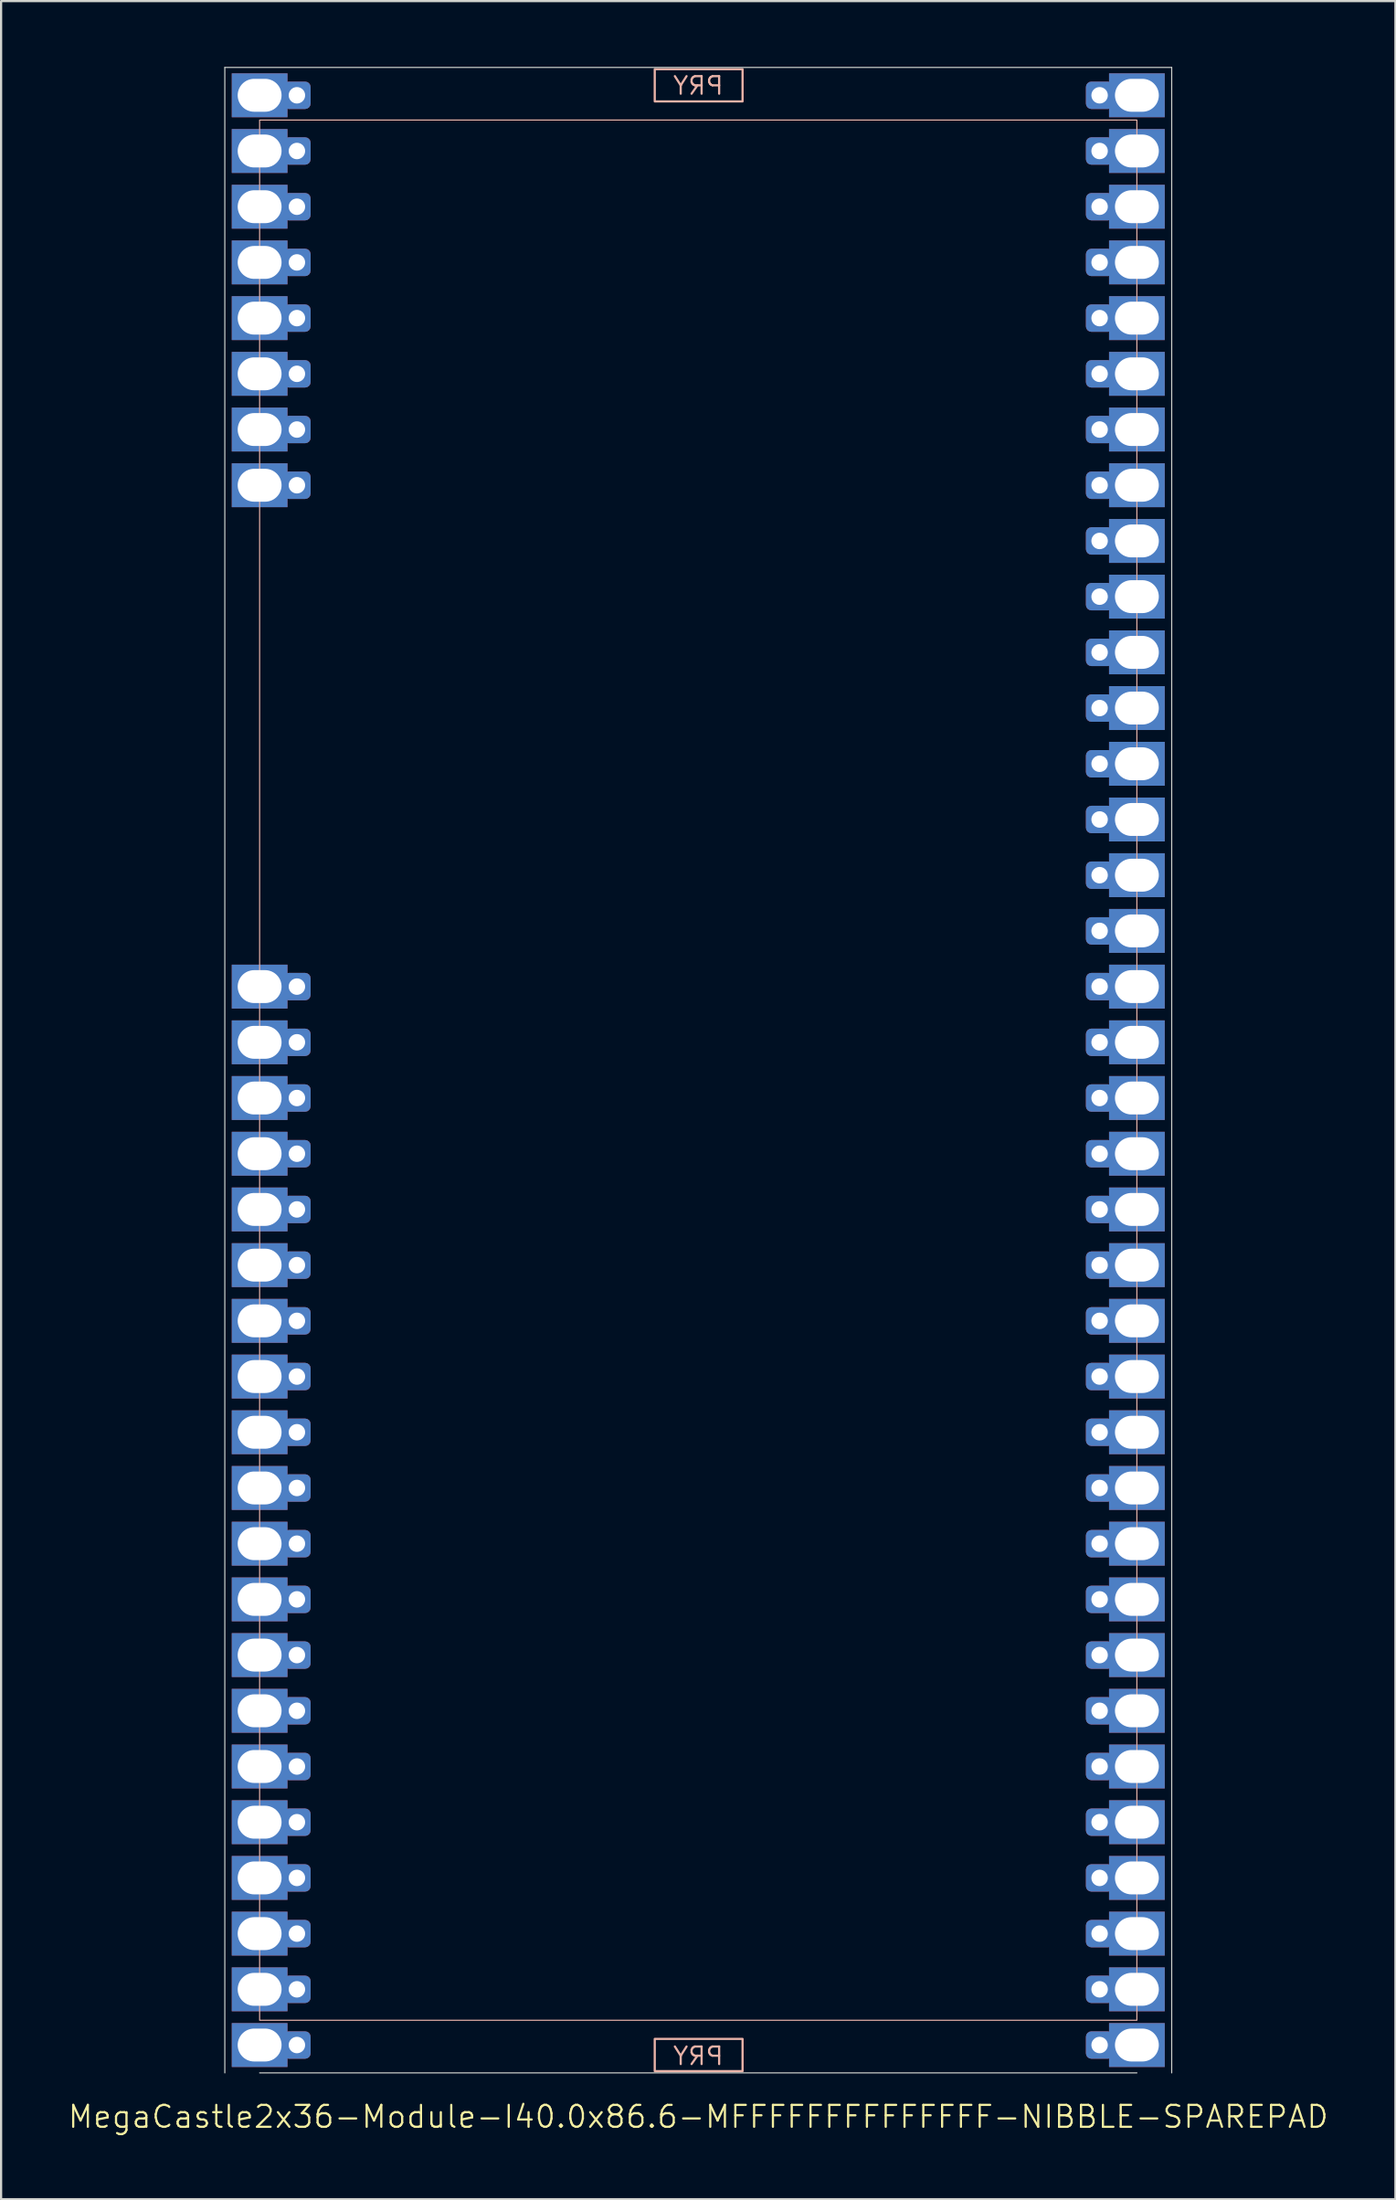
<source format=kicad_pcb>
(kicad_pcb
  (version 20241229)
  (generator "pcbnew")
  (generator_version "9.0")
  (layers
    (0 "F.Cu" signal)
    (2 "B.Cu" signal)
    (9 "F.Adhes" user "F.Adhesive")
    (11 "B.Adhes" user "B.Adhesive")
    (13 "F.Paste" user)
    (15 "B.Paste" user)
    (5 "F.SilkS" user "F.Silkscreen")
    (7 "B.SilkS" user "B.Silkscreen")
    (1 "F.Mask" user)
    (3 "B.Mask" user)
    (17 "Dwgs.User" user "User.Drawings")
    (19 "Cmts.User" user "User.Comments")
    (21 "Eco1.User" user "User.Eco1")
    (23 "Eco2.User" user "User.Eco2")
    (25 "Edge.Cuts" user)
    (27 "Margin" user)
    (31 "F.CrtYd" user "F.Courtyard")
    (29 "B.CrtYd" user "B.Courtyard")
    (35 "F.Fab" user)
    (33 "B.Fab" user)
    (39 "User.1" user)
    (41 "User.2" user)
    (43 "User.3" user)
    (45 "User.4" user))
  (footprint "MegaCastle2x36-Module-I40.0x86.6-MFFFFFFFFFFFFFF-NIBBLE-SPAREPAD"
    (layer "F.Cu")
    (at 28.788 45.745)
    (property "Reference" "MegaCastle2x36-Module-I40.0x86.6-MFFFFFFFFFFFFFF-NIBBLE-SPAREPAD" (at 0 47.72 0) (unlocked yes) (layer "F.SilkS") (effects (font (size 1 1) (thickness 0.1))))
    (attr smd)
    (fp_rect (start -20 43.32) (end 20 -43.32) (stroke (width 0.05) (type default)) (fill no) (layer "B.SilkS"))
    (fp_rect (start -1.984 -44.171) (end 2.02 -45.64) (stroke (width 0.1) (type default)) (fill no) (layer "B.SilkS"))
    (fp_rect (start -1.984 44.171) (end 2.02 45.64) (stroke (width 0.1) (type default)) (fill no) (layer "B.SilkS"))
    (fp_line (start -21.587 -45.72) (end -21.587 45.72) (stroke (width 0.05) (type default)) (layer "Edge.Cuts"))
    (fp_line (start -21.587 -45.72) (end 21.587 -45.72) (stroke (width 0.05) (type default)) (layer "Edge.Cuts"))
    (fp_line (start -20 45.72) (end 20 45.72) (stroke (width 0.05) (type default)) (layer "Edge.Cuts"))
    (fp_line (start 21.587 -45.72) (end 21.587 45.72) (stroke (width 0.05) (type default)) (layer "Edge.Cuts"))
    (fp_text user "PRY" (at 0 45.42 0) (unlocked yes) (layer "B.SilkS") (effects (font (size 0.8 0.8) (thickness 0.1)) (justify bottom mirror)))
    (fp_text user "PRY" (at 0 -44.42 0) (unlocked yes) (layer "B.SilkS") (effects (font (size 0.8 0.8) (thickness 0.1)) (justify bottom mirror)))
    (pad "1" thru_hole rect (at -20 -44.45) (size 2.54 2) (drill oval 2 1.5) (property pad_prop_castellated) (layers "*.Cu" "*.Mask"))
    (pad "1" thru_hole roundrect (at -18.3 -44.45 180) (size 1.25 1.25) (drill 0.75) (layers "*.Cu" "*.Mask") (roundrect_rratio 0.2))
    (pad "2" thru_hole rect (at -20 -41.91) (size 2.54 2) (drill oval 2 1.5) (property pad_prop_castellated) (layers "*.Cu" "*.Mask"))
    (pad "2" thru_hole roundrect (at -18.3 -41.91 180) (size 1.25 1.25) (drill 0.75) (layers "*.Cu" "*.Mask") (roundrect_rratio 0.2))
    (pad "3" thru_hole rect (at -20 -39.37) (size 2.54 2) (drill oval 2 1.5) (property pad_prop_castellated) (layers "*.Cu" "*.Mask"))
    (pad "3" thru_hole roundrect (at -18.3 -39.37 180) (size 1.25 1.25) (drill 0.75) (layers "*.Cu" "*.Mask") (roundrect_rratio 0.2))
    (pad "4" thru_hole rect (at -20 -36.83) (size 2.54 2) (drill oval 2 1.5) (property pad_prop_castellated) (layers "*.Cu" "*.Mask"))
    (pad "4" thru_hole roundrect (at -18.3 -36.83 180) (size 1.25 1.25) (drill 0.75) (layers "*.Cu" "*.Mask") (roundrect_rratio 0.2))
    (pad "5" thru_hole rect (at -20 -34.29) (size 2.54 2) (drill oval 2 1.5) (property pad_prop_castellated) (layers "*.Cu" "*.Mask"))
    (pad "5" thru_hole roundrect (at -18.3 -34.29 180) (size 1.25 1.25) (drill 0.75) (layers "*.Cu" "*.Mask") (roundrect_rratio 0.2))
    (pad "6" thru_hole rect (at -20 -31.75) (size 2.54 2) (drill oval 2 1.5) (property pad_prop_castellated) (layers "*.Cu" "*.Mask"))
    (pad "6" thru_hole roundrect (at -18.3 -31.75 180) (size 1.25 1.25) (drill 0.75) (layers "*.Cu" "*.Mask") (roundrect_rratio 0.2))
    (pad "7" thru_hole rect (at -20 -29.21) (size 2.54 2) (drill oval 2 1.5) (property pad_prop_castellated) (layers "*.Cu" "*.Mask"))
    (pad "7" thru_hole roundrect (at -18.3 -29.21 180) (size 1.25 1.25) (drill 0.75) (layers "*.Cu" "*.Mask") (roundrect_rratio 0.2))
    (pad "8" thru_hole rect (at -20 -26.67) (size 2.54 2) (drill oval 2 1.5) (property pad_prop_castellated) (layers "*.Cu" "*.Mask"))
    (pad "8" thru_hole roundrect (at -18.3 -26.67 180) (size 1.25 1.25) (drill 0.75) (layers "*.Cu" "*.Mask") (roundrect_rratio 0.2))
    (pad "17" thru_hole rect (at -20 -3.81) (size 2.54 2) (drill oval 2 1.5) (property pad_prop_castellated) (layers "*.Cu" "*.Mask"))
    (pad "17" thru_hole roundrect (at -18.3 -3.81 180) (size 1.25 1.25) (drill 0.75) (layers "*.Cu" "*.Mask") (roundrect_rratio 0.2))
    (pad "18" thru_hole rect (at -20 -1.27) (size 2.54 2) (drill oval 2 1.5) (property pad_prop_castellated) (layers "*.Cu" "*.Mask"))
    (pad "18" thru_hole roundrect (at -18.3 -1.27 180) (size 1.25 1.25) (drill 0.75) (layers "*.Cu" "*.Mask") (roundrect_rratio 0.2))
    (pad "19" thru_hole rect (at -20 1.27) (size 2.54 2) (drill oval 2 1.5) (property pad_prop_castellated) (layers "*.Cu" "*.Mask"))
    (pad "19" thru_hole roundrect (at -18.3 1.27 180) (size 1.25 1.25) (drill 0.75) (layers "*.Cu" "*.Mask") (roundrect_rratio 0.2))
    (pad "20" thru_hole rect (at -20 3.81) (size 2.54 2) (drill oval 2 1.5) (property pad_prop_castellated) (layers "*.Cu" "*.Mask"))
    (pad "20" thru_hole roundrect (at -18.3 3.81 180) (size 1.25 1.25) (drill 0.75) (layers "*.Cu" "*.Mask") (roundrect_rratio 0.2))
    (pad "21" thru_hole rect (at -20 6.35) (size 2.54 2) (drill oval 2 1.5) (property pad_prop_castellated) (layers "*.Cu" "*.Mask"))
    (pad "21" thru_hole roundrect (at -18.3 6.35 180) (size 1.25 1.25) (drill 0.75) (layers "*.Cu" "*.Mask") (roundrect_rratio 0.2))
    (pad "22" thru_hole rect (at -20 8.89) (size 2.54 2) (drill oval 2 1.5) (property pad_prop_castellated) (layers "*.Cu" "*.Mask"))
    (pad "22" thru_hole roundrect (at -18.3 8.89 180) (size 1.25 1.25) (drill 0.75) (layers "*.Cu" "*.Mask") (roundrect_rratio 0.2))
    (pad "23" thru_hole rect (at -20 11.43) (size 2.54 2) (drill oval 2 1.5) (property pad_prop_castellated) (layers "*.Cu" "*.Mask"))
    (pad "23" thru_hole roundrect (at -18.3 11.43 180) (size 1.25 1.25) (drill 0.75) (layers "*.Cu" "*.Mask") (roundrect_rratio 0.2))
    (pad "24" thru_hole rect (at -20 13.97) (size 2.54 2) (drill oval 2 1.5) (property pad_prop_castellated) (layers "*.Cu" "*.Mask"))
    (pad "24" thru_hole roundrect (at -18.3 13.97 180) (size 1.25 1.25) (drill 0.75) (layers "*.Cu" "*.Mask") (roundrect_rratio 0.2))
    (pad "25" thru_hole rect (at -20 16.51) (size 2.54 2) (drill oval 2 1.5) (property pad_prop_castellated) (layers "*.Cu" "*.Mask"))
    (pad "25" thru_hole roundrect (at -18.3 16.51 180) (size 1.25 1.25) (drill 0.75) (layers "*.Cu" "*.Mask") (roundrect_rratio 0.2))
    (pad "26" thru_hole rect (at -20 19.05) (size 2.54 2) (drill oval 2 1.5) (property pad_prop_castellated) (layers "*.Cu" "*.Mask"))
    (pad "26" thru_hole roundrect (at -18.3 19.05 180) (size 1.25 1.25) (drill 0.75) (layers "*.Cu" "*.Mask") (roundrect_rratio 0.2))
    (pad "27" thru_hole rect (at -20 21.59) (size 2.54 2) (drill oval 2 1.5) (property pad_prop_castellated) (layers "*.Cu" "*.Mask"))
    (pad "27" thru_hole roundrect (at -18.3 21.59 180) (size 1.25 1.25) (drill 0.75) (layers "*.Cu" "*.Mask") (roundrect_rratio 0.2))
    (pad "28" thru_hole rect (at -20 24.13) (size 2.54 2) (drill oval 2 1.5) (property pad_prop_castellated) (layers "*.Cu" "*.Mask"))
    (pad "28" thru_hole roundrect (at -18.3 24.13 180) (size 1.25 1.25) (drill 0.75) (layers "*.Cu" "*.Mask") (roundrect_rratio 0.2))
    (pad "29" thru_hole rect (at -20 26.67) (size 2.54 2) (drill oval 2 1.5) (property pad_prop_castellated) (layers "*.Cu" "*.Mask"))
    (pad "29" thru_hole roundrect (at -18.3 26.67 180) (size 1.25 1.25) (drill 0.75) (layers "*.Cu" "*.Mask") (roundrect_rratio 0.2))
    (pad "30" thru_hole rect (at -20 29.21) (size 2.54 2) (drill oval 2 1.5) (property pad_prop_castellated) (layers "*.Cu" "*.Mask"))
    (pad "30" thru_hole roundrect (at -18.3 29.21 180) (size 1.25 1.25) (drill 0.75) (layers "*.Cu" "*.Mask") (roundrect_rratio 0.2))
    (pad "31" thru_hole rect (at -20 31.75) (size 2.54 2) (drill oval 2 1.5) (property pad_prop_castellated) (layers "*.Cu" "*.Mask"))
    (pad "31" thru_hole roundrect (at -18.3 31.75 180) (size 1.25 1.25) (drill 0.75) (layers "*.Cu" "*.Mask") (roundrect_rratio 0.2))
    (pad "32" thru_hole rect (at -20 34.29) (size 2.54 2) (drill oval 2 1.5) (property pad_prop_castellated) (layers "*.Cu" "*.Mask"))
    (pad "32" thru_hole roundrect (at -18.3 34.29 180) (size 1.25 1.25) (drill 0.75) (layers "*.Cu" "*.Mask") (roundrect_rratio 0.2))
    (pad "33" thru_hole rect (at -20 36.83) (size 2.54 2) (drill oval 2 1.5) (property pad_prop_castellated) (layers "*.Cu" "*.Mask"))
    (pad "33" thru_hole roundrect (at -18.3 36.83 180) (size 1.25 1.25) (drill 0.75) (layers "*.Cu" "*.Mask") (roundrect_rratio 0.2))
    (pad "34" thru_hole rect (at -20 39.37) (size 2.54 2) (drill oval 2 1.5) (property pad_prop_castellated) (layers "*.Cu" "*.Mask"))
    (pad "34" thru_hole roundrect (at -18.3 39.37 180) (size 1.25 1.25) (drill 0.75) (layers "*.Cu" "*.Mask") (roundrect_rratio 0.2))
    (pad "35" thru_hole rect (at -20 41.91) (size 2.54 2) (drill oval 2 1.5) (property pad_prop_castellated) (layers "*.Cu" "*.Mask"))
    (pad "35" thru_hole roundrect (at -18.3 41.91 180) (size 1.25 1.25) (drill 0.75) (layers "*.Cu" "*.Mask") (roundrect_rratio 0.2))
    (pad "36" thru_hole rect (at -20 44.45) (size 2.54 2) (drill oval 2 1.5) (property pad_prop_castellated) (layers "*.Cu" "*.Mask"))
    (pad "36" thru_hole roundrect (at -18.3 44.45 180) (size 1.25 1.25) (drill 0.75) (layers "*.Cu" "*.Mask") (roundrect_rratio 0.2))
    (pad "37" thru_hole roundrect (at 18.3 -44.45 180) (size 1.25 1.25) (drill 0.75) (layers "*.Cu" "*.Mask") (roundrect_rratio 0.2))
    (pad "37" thru_hole rect (at 20 -44.45) (size 2.54 2) (drill oval 2 1.5) (property pad_prop_castellated) (layers "*.Cu" "*.Mask"))
    (pad "38" thru_hole roundrect (at 18.3 -41.91 180) (size 1.25 1.25) (drill 0.75) (layers "*.Cu" "*.Mask") (roundrect_rratio 0.2))
    (pad "38" thru_hole rect (at 20 -41.91) (size 2.54 2) (drill oval 2 1.5) (property pad_prop_castellated) (layers "*.Cu" "*.Mask"))
    (pad "39" thru_hole roundrect (at 18.3 -39.37 180) (size 1.25 1.25) (drill 0.75) (layers "*.Cu" "*.Mask") (roundrect_rratio 0.2))
    (pad "39" thru_hole rect (at 20 -39.37) (size 2.54 2) (drill oval 2 1.5) (property pad_prop_castellated) (layers "*.Cu" "*.Mask"))
    (pad "40" thru_hole roundrect (at 18.3 -36.83 180) (size 1.25 1.25) (drill 0.75) (layers "*.Cu" "*.Mask") (roundrect_rratio 0.2))
    (pad "40" thru_hole rect (at 20 -36.83) (size 2.54 2) (drill oval 2 1.5) (property pad_prop_castellated) (layers "*.Cu" "*.Mask"))
    (pad "41" thru_hole roundrect (at 18.3 -34.29 180) (size 1.25 1.25) (drill 0.75) (layers "*.Cu" "*.Mask") (roundrect_rratio 0.2))
    (pad "41" thru_hole rect (at 20 -34.29) (size 2.54 2) (drill oval 2 1.5) (property pad_prop_castellated) (layers "*.Cu" "*.Mask"))
    (pad "42" thru_hole roundrect (at 18.3 -31.75 180) (size 1.25 1.25) (drill 0.75) (layers "*.Cu" "*.Mask") (roundrect_rratio 0.2))
    (pad "42" thru_hole rect (at 20 -31.75) (size 2.54 2) (drill oval 2 1.5) (property pad_prop_castellated) (layers "*.Cu" "*.Mask"))
    (pad "43" thru_hole roundrect (at 18.3 -29.21 180) (size 1.25 1.25) (drill 0.75) (layers "*.Cu" "*.Mask") (roundrect_rratio 0.2))
    (pad "43" thru_hole rect (at 20 -29.21) (size 2.54 2) (drill oval 2 1.5) (property pad_prop_castellated) (layers "*.Cu" "*.Mask"))
    (pad "44" thru_hole roundrect (at 18.3 -26.67 180) (size 1.25 1.25) (drill 0.75) (layers "*.Cu" "*.Mask") (roundrect_rratio 0.2))
    (pad "44" thru_hole rect (at 20 -26.67) (size 2.54 2) (drill oval 2 1.5) (property pad_prop_castellated) (layers "*.Cu" "*.Mask"))
    (pad "45" thru_hole roundrect (at 18.3 -24.13 180) (size 1.25 1.25) (drill 0.75) (layers "*.Cu" "*.Mask") (roundrect_rratio 0.2))
    (pad "45" thru_hole rect (at 20 -24.13) (size 2.54 2) (drill oval 2 1.5) (property pad_prop_castellated) (layers "*.Cu" "*.Mask"))
    (pad "46" thru_hole roundrect (at 18.3 -21.59 180) (size 1.25 1.25) (drill 0.75) (layers "*.Cu" "*.Mask") (roundrect_rratio 0.2))
    (pad "46" thru_hole rect (at 20 -21.59) (size 2.54 2) (drill oval 2 1.5) (property pad_prop_castellated) (layers "*.Cu" "*.Mask"))
    (pad "47" thru_hole roundrect (at 18.3 -19.05 180) (size 1.25 1.25) (drill 0.75) (layers "*.Cu" "*.Mask") (roundrect_rratio 0.2))
    (pad "47" thru_hole rect (at 20 -19.05) (size 2.54 2) (drill oval 2 1.5) (property pad_prop_castellated) (layers "*.Cu" "*.Mask"))
    (pad "48" thru_hole roundrect (at 18.3 -16.51 180) (size 1.25 1.25) (drill 0.75) (layers "*.Cu" "*.Mask") (roundrect_rratio 0.2))
    (pad "48" thru_hole rect (at 20 -16.51) (size 2.54 2) (drill oval 2 1.5) (property pad_prop_castellated) (layers "*.Cu" "*.Mask"))
    (pad "49" thru_hole roundrect (at 18.3 -13.97 180) (size 1.25 1.25) (drill 0.75) (layers "*.Cu" "*.Mask") (roundrect_rratio 0.2))
    (pad "49" thru_hole rect (at 20 -13.97) (size 2.54 2) (drill oval 2 1.5) (property pad_prop_castellated) (layers "*.Cu" "*.Mask"))
    (pad "50" thru_hole roundrect (at 18.3 -11.43 180) (size 1.25 1.25) (drill 0.75) (layers "*.Cu" "*.Mask") (roundrect_rratio 0.2))
    (pad "50" thru_hole rect (at 20 -11.43) (size 2.54 2) (drill oval 2 1.5) (property pad_prop_castellated) (layers "*.Cu" "*.Mask"))
    (pad "51" thru_hole roundrect (at 18.3 -8.89 180) (size 1.25 1.25) (drill 0.75) (layers "*.Cu" "*.Mask") (roundrect_rratio 0.2))
    (pad "51" thru_hole rect (at 20 -8.89) (size 2.54 2) (drill oval 2 1.5) (property pad_prop_castellated) (layers "*.Cu" "*.Mask"))
    (pad "52" thru_hole roundrect (at 18.3 -6.35 180) (size 1.25 1.25) (drill 0.75) (layers "*.Cu" "*.Mask") (roundrect_rratio 0.2))
    (pad "52" thru_hole rect (at 20 -6.35) (size 2.54 2) (drill oval 2 1.5) (property pad_prop_castellated) (layers "*.Cu" "*.Mask"))
    (pad "53" thru_hole roundrect (at 18.3 -3.81 180) (size 1.25 1.25) (drill 0.75) (layers "*.Cu" "*.Mask") (roundrect_rratio 0.2))
    (pad "53" thru_hole rect (at 20 -3.81) (size 2.54 2) (drill oval 2 1.5) (property pad_prop_castellated) (layers "*.Cu" "*.Mask"))
    (pad "54" thru_hole roundrect (at 18.3 -1.27 180) (size 1.25 1.25) (drill 0.75) (layers "*.Cu" "*.Mask") (roundrect_rratio 0.2))
    (pad "54" thru_hole rect (at 20 -1.27) (size 2.54 2) (drill oval 2 1.5) (property pad_prop_castellated) (layers "*.Cu" "*.Mask"))
    (pad "55" thru_hole roundrect (at 18.3 1.27 180) (size 1.25 1.25) (drill 0.75) (layers "*.Cu" "*.Mask") (roundrect_rratio 0.2))
    (pad "55" thru_hole rect (at 20 1.27) (size 2.54 2) (drill oval 2 1.5) (property pad_prop_castellated) (layers "*.Cu" "*.Mask"))
    (pad "56" thru_hole roundrect (at 18.3 3.81 180) (size 1.25 1.25) (drill 0.75) (layers "*.Cu" "*.Mask") (roundrect_rratio 0.2))
    (pad "56" thru_hole rect (at 20 3.81) (size 2.54 2) (drill oval 2 1.5) (property pad_prop_castellated) (layers "*.Cu" "*.Mask"))
    (pad "57" thru_hole roundrect (at 18.3 6.35 180) (size 1.25 1.25) (drill 0.75) (layers "*.Cu" "*.Mask") (roundrect_rratio 0.2))
    (pad "57" thru_hole rect (at 20 6.35) (size 2.54 2) (drill oval 2 1.5) (property pad_prop_castellated) (layers "*.Cu" "*.Mask"))
    (pad "58" thru_hole roundrect (at 18.3 8.89 180) (size 1.25 1.25) (drill 0.75) (layers "*.Cu" "*.Mask") (roundrect_rratio 0.2))
    (pad "58" thru_hole rect (at 20 8.89) (size 2.54 2) (drill oval 2 1.5) (property pad_prop_castellated) (layers "*.Cu" "*.Mask"))
    (pad "59" thru_hole roundrect (at 18.3 11.43 180) (size 1.25 1.25) (drill 0.75) (layers "*.Cu" "*.Mask") (roundrect_rratio 0.2))
    (pad "59" thru_hole rect (at 20 11.43) (size 2.54 2) (drill oval 2 1.5) (property pad_prop_castellated) (layers "*.Cu" "*.Mask"))
    (pad "60" thru_hole roundrect (at 18.3 13.97 180) (size 1.25 1.25) (drill 0.75) (layers "*.Cu" "*.Mask") (roundrect_rratio 0.2))
    (pad "60" thru_hole rect (at 20 13.97) (size 2.54 2) (drill oval 2 1.5) (property pad_prop_castellated) (layers "*.Cu" "*.Mask"))
    (pad "61" thru_hole roundrect (at 18.3 16.51 180) (size 1.25 1.25) (drill 0.75) (layers "*.Cu" "*.Mask") (roundrect_rratio 0.2))
    (pad "61" thru_hole rect (at 20 16.51) (size 2.54 2) (drill oval 2 1.5) (property pad_prop_castellated) (layers "*.Cu" "*.Mask"))
    (pad "62" thru_hole roundrect (at 18.3 19.05 180) (size 1.25 1.25) (drill 0.75) (layers "*.Cu" "*.Mask") (roundrect_rratio 0.2))
    (pad "62" thru_hole rect (at 20 19.05) (size 2.54 2) (drill oval 2 1.5) (property pad_prop_castellated) (layers "*.Cu" "*.Mask"))
    (pad "63" thru_hole roundrect (at 18.3 21.59 180) (size 1.25 1.25) (drill 0.75) (layers "*.Cu" "*.Mask") (roundrect_rratio 0.2))
    (pad "63" thru_hole rect (at 20 21.59) (size 2.54 2) (drill oval 2 1.5) (property pad_prop_castellated) (layers "*.Cu" "*.Mask"))
    (pad "64" thru_hole roundrect (at 18.3 24.13 180) (size 1.25 1.25) (drill 0.75) (layers "*.Cu" "*.Mask") (roundrect_rratio 0.2))
    (pad "64" thru_hole rect (at 20 24.13) (size 2.54 2) (drill oval 2 1.5) (property pad_prop_castellated) (layers "*.Cu" "*.Mask"))
    (pad "65" thru_hole roundrect (at 18.3 26.67 180) (size 1.25 1.25) (drill 0.75) (layers "*.Cu" "*.Mask") (roundrect_rratio 0.2))
    (pad "65" thru_hole rect (at 20 26.67) (size 2.54 2) (drill oval 2 1.5) (property pad_prop_castellated) (layers "*.Cu" "*.Mask"))
    (pad "66" thru_hole roundrect (at 18.3 29.21 180) (size 1.25 1.25) (drill 0.75) (layers "*.Cu" "*.Mask") (roundrect_rratio 0.2))
    (pad "66" thru_hole rect (at 20 29.21) (size 2.54 2) (drill oval 2 1.5) (property pad_prop_castellated) (layers "*.Cu" "*.Mask"))
    (pad "67" thru_hole roundrect (at 18.3 31.75 180) (size 1.25 1.25) (drill 0.75) (layers "*.Cu" "*.Mask") (roundrect_rratio 0.2))
    (pad "67" thru_hole rect (at 20 31.75) (size 2.54 2) (drill oval 2 1.5) (property pad_prop_castellated) (layers "*.Cu" "*.Mask"))
    (pad "68" thru_hole roundrect (at 18.3 34.29 180) (size 1.25 1.25) (drill 0.75) (layers "*.Cu" "*.Mask") (roundrect_rratio 0.2))
    (pad "68" thru_hole rect (at 20 34.29) (size 2.54 2) (drill oval 2 1.5) (property pad_prop_castellated) (layers "*.Cu" "*.Mask"))
    (pad "69" thru_hole roundrect (at 18.3 36.83 180) (size 1.25 1.25) (drill 0.75) (layers "*.Cu" "*.Mask") (roundrect_rratio 0.2))
    (pad "69" thru_hole rect (at 20 36.83) (size 2.54 2) (drill oval 2 1.5) (property pad_prop_castellated) (layers "*.Cu" "*.Mask"))
    (pad "70" thru_hole roundrect (at 18.3 39.37 180) (size 1.25 1.25) (drill 0.75) (layers "*.Cu" "*.Mask") (roundrect_rratio 0.2))
    (pad "70" thru_hole rect (at 20 39.37) (size 2.54 2) (drill oval 2 1.5) (property pad_prop_castellated) (layers "*.Cu" "*.Mask"))
    (pad "71" thru_hole roundrect (at 18.3 41.91 180) (size 1.25 1.25) (drill 0.75) (layers "*.Cu" "*.Mask") (roundrect_rratio 0.2))
    (pad "71" thru_hole rect (at 20 41.91) (size 2.54 2) (drill oval 2 1.5) (property pad_prop_castellated) (layers "*.Cu" "*.Mask"))
    (pad "72" thru_hole roundrect (at 18.3 44.45 180) (size 1.25 1.25) (drill 0.75) (layers "*.Cu" "*.Mask") (roundrect_rratio 0.2))
    (pad "72" thru_hole rect (at 20 44.45) (size 2.54 2) (drill oval 2 1.5) (property pad_prop_castellated) (layers "*.Cu" "*.Mask"))
    (zone (net_name "") (layer "B.Cu") (hatch edge 0.5) (connect_pads) (min_thickness 0.25) (filled_areas_thickness no) (keepout (tracks allowed) (vias allowed) (pads allowed) (copperpour allowed) (footprints not_allowed)) (placement (enabled no)) (fill) (polygon (pts (xy 8.788 91.465) (xy 8.788 0.025))))
    (zone (net_name "") (layer "B.Cu") (hatch edge 0.5) (connect_pads) (min_thickness 0.25) (filled_areas_thickness no) (keepout (tracks allowed) (vias allowed) (pads allowed) (copperpour allowed) (footprints not_allowed)) (placement (enabled no)) (fill) (polygon (pts (xy 48.788 91.465) (xy 48.788 0.025))))
    (zone (net_name "") (layer "B.Cu") (hatch edge 0.5) (connect_pads) (min_thickness 0.25) (filled_areas_thickness no) (keepout (tracks allowed) (vias allowed) (pads allowed) (copperpour allowed) (footprints not_allowed)) (placement (enabled no)) (fill) (polygon (pts (xy 8.788 0.025) (xy 8.788 2.425) (xy 48.788 2.425) (xy 48.788 0.025))))
    (zone (net_name "") (layer "B.Cu") (hatch edge 0.5) (connect_pads) (min_thickness 0.25) (filled_areas_thickness no) (keepout (tracks allowed) (vias allowed) (pads allowed) (copperpour allowed) (footprints not_allowed)) (placement (enabled no)) (fill) (polygon (pts (xy 8.788 91.465) (xy 8.788 89.065) (xy 48.788 89.065) (xy 48.788 91.465))))
    (zone (net_name "") (layer "B.Cu") (name "Upper Pry Zone") (hatch edge 0.5) (connect_pads) (min_thickness 0.25) (filled_areas_thickness no) (keepout (tracks not_allowed) (vias not_allowed) (pads not_allowed) (copperpour allowed) (footprints not_allowed)) (placement (enabled no)) (fill) (polygon (pts (xy 26.804 1.574) (xy 26.804 0.105) (xy 30.808 0.105) (xy 30.808 1.574))))
    (zone (net_name "") (layer "B.Cu") (name "Upper Pry Zone") (hatch edge 0.5) (connect_pads) (min_thickness 0.25) (filled_areas_thickness no) (keepout (tracks not_allowed) (vias not_allowed) (pads not_allowed) (copperpour allowed) (footprints not_allowed)) (placement (enabled no)) (fill) (polygon (pts (xy 26.804 89.916) (xy 26.804 91.385) (xy 30.808 91.385) (xy 30.808 89.916)))))
  (gr_rect
    (start -3 -3)
    (end 60.576 97.226)
    (stroke (width 0.1) (type default))
    (fill no)
    (layer "Edge.Cuts")))
</source>
